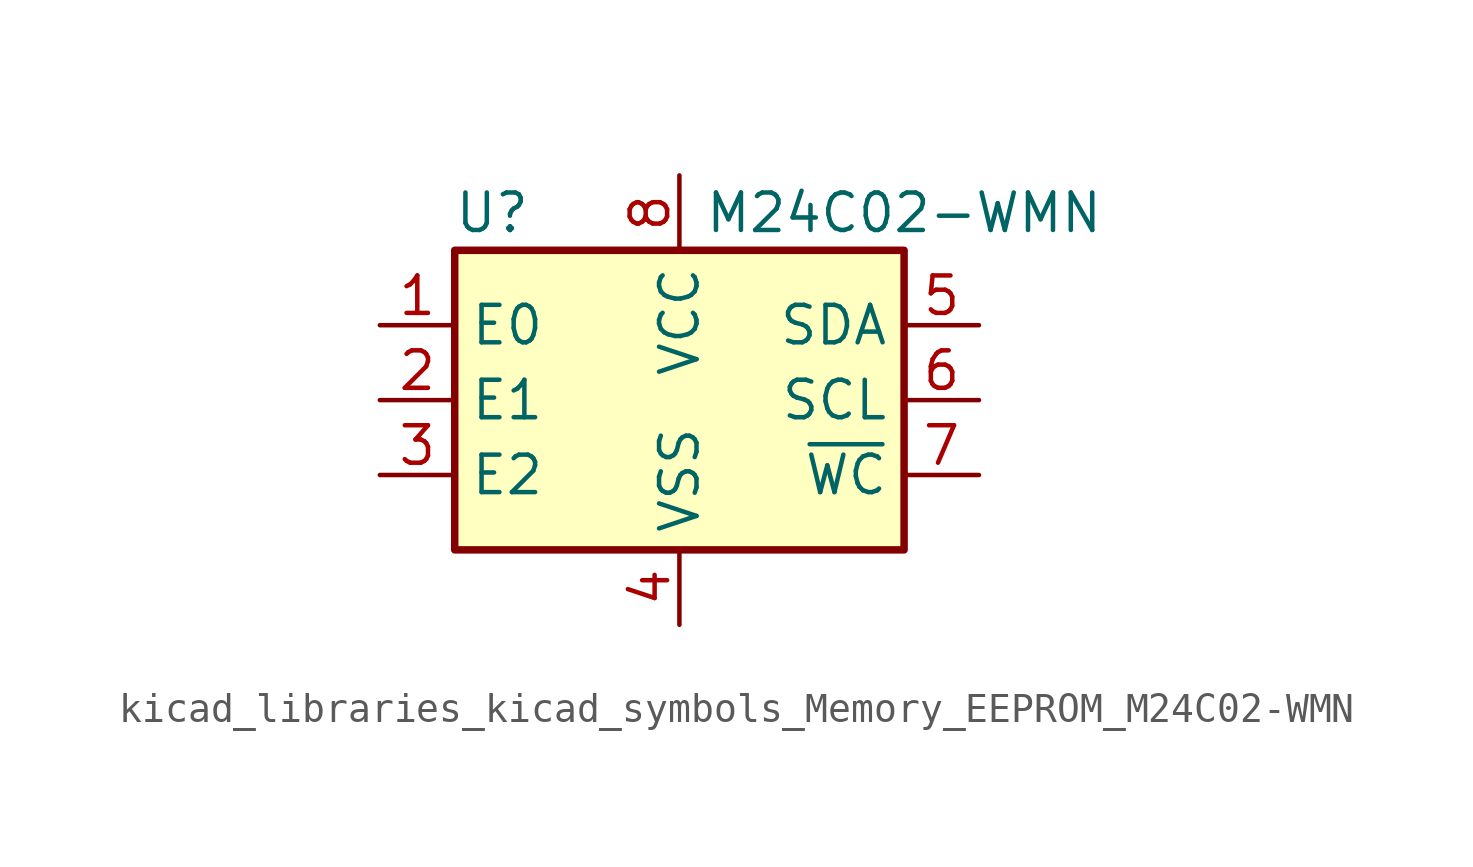
<source format=kicad_sym>
(kicad_symbol_lib
  (version 20220914)
  (generator kicad_symbol_editor)
  (symbol "kicad_libraries_kicad_symbols_Memory_EEPROM_M24C02-WMN"
    (property "Reference" "U"
      (at -6.35 6.35 0)
      (effects (font (size 1.27 1.27))))
    (property "Value" "M24C02-WMN"
      (at 7.62 6.35 0)
      (effects (font (size 1.27 1.27))))
    (symbol "kicad_libraries_kicad_symbols_Memory_EEPROM_M24C02-WMN_0_1"
      (rectangle (start -7.62 5.08) (end 7.62 -5.08) (stroke (width 0.254) (type default)) (fill (type background))))
    (symbol "kicad_libraries_kicad_symbols_Memory_EEPROM_M24C02-WMN_1_1"
      (pin input line (at -10.16 2.54 0) (length 2.54) (name "E0" (effects (font (size 1.27 1.27)))) (number "1" (effects (font (size 1.27 1.27)))))
      (pin input line (at -10.16 0 0) (length 2.54) (name "E1" (effects (font (size 1.27 1.27)))) (number "2" (effects (font (size 1.27 1.27)))))
      (pin input line (at -10.16 -2.54 0) (length 2.54) (name "E2" (effects (font (size 1.27 1.27)))) (number "3" (effects (font (size 1.27 1.27)))))
      (pin power_in line (at 0 -7.62 90) (length 2.54) (name "VSS" (effects (font (size 1.27 1.27)))) (number "4" (effects (font (size 1.27 1.27)))))
      (pin bidirectional line (at 10.16 2.54 180) (length 2.54) (name "SDA" (effects (font (size 1.27 1.27)))) (number "5" (effects (font (size 1.27 1.27)))))
      (pin input line (at 10.16 0 180) (length 2.54) (name "SCL" (effects (font (size 1.27 1.27)))) (number "6" (effects (font (size 1.27 1.27)))))
      (pin input line (at 10.16 -2.54 180) (length 2.54) (name "~{WC}" (effects (font (size 1.27 1.27)))) (number "7" (effects (font (size 1.27 1.27)))))
      (pin power_in line (at 0 7.62 270) (length 2.54) (name "VCC" (effects (font (size 1.27 1.27)))) (number "8" (effects (font (size 1.27 1.27))))))))
</source>
